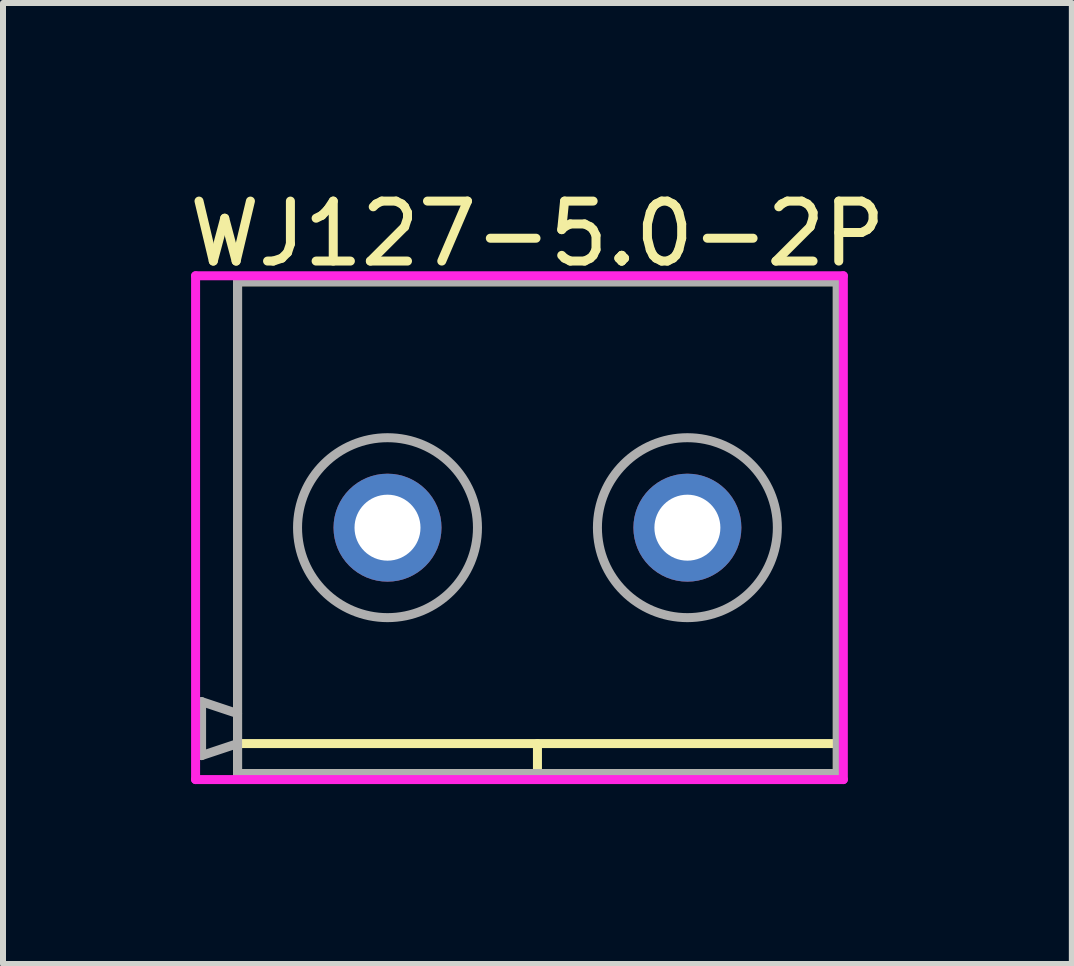
<source format=kicad_pcb>
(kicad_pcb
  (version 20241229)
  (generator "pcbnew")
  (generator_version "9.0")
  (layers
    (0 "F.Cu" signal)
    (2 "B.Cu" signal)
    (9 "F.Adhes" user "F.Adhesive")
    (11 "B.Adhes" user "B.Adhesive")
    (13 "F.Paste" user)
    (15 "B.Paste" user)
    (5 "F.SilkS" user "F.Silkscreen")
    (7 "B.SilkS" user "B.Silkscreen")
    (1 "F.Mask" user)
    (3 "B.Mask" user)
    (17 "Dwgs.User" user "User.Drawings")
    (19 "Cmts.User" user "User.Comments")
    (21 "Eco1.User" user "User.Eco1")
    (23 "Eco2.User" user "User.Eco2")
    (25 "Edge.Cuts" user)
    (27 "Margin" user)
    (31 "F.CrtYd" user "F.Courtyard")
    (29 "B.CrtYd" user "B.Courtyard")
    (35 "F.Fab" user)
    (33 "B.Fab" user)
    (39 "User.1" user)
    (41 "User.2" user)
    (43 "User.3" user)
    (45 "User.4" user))
  (footprint "WJ127-5.0-2P"
    (layer "F.Cu")
    (at 3.411 5.748)
    (property "Reference" "WJ127-5.0-2P" (at 2.5 -4.9 0) (layer "F.SilkS") (effects (font (size 1 1) (thickness 0.15))))
    (attr through_hole)
    (fp_line (start -2.5 -4.1) (end 7.5 -4.1) (stroke (width 0.15) (type solid)) (layer "F.SilkS"))
    (fp_line (start -2.5 3.6) (end 7.5 3.6) (stroke (width 0.15) (type solid)) (layer "F.SilkS"))
    (fp_line (start -2.5 4.1) (end -2.5 -4.1) (stroke (width 0.15) (type solid)) (layer "F.SilkS"))
    (fp_line (start 2.5 4.1) (end 2.5 3.6) (stroke (width 0.15) (type solid)) (layer "F.SilkS"))
    (fp_line (start 7.5 -4.1) (end 7.5 4.1) (stroke (width 0.15) (type solid)) (layer "F.SilkS"))
    (fp_line (start 7.5 4.1) (end -2.5 4.1) (stroke (width 0.15) (type solid)) (layer "F.SilkS"))
    (fp_line (start -3.2 -4.2) (end 7.6 -4.2) (stroke (width 0.15) (type solid)) (layer "F.CrtYd"))
    (fp_line (start -3.2 4.2) (end -3.2 -4.2) (stroke (width 0.15) (type solid)) (layer "F.CrtYd"))
    (fp_line (start -3.2 4.2) (end 7.6 4.2) (stroke (width 0.15) (type solid)) (layer "F.CrtYd"))
    (fp_line (start 7.6 -4.2) (end 7.6 4.2) (stroke (width 0.15) (type solid)) (layer "F.CrtYd"))
    (fp_line (start -3.1 2.9) (end -2.5 3.1) (stroke (width 0.15) (type solid)) (layer "F.Fab"))
    (fp_line (start -3.1 3.8) (end -3.1 2.9) (stroke (width 0.15) (type solid)) (layer "F.Fab"))
    (fp_line (start -2.5 -4.1) (end 7.5 -4.1) (stroke (width 0.15) (type solid)) (layer "F.Fab"))
    (fp_line (start -2.5 3.6) (end -3.1 3.8) (stroke (width 0.15) (type solid)) (layer "F.Fab"))
    (fp_line (start -2.5 4.1) (end -2.5 -4.1) (stroke (width 0.15) (type solid)) (layer "F.Fab"))
    (fp_line (start 7.5 -4.1) (end 7.5 4.1) (stroke (width 0.15) (type solid)) (layer "F.Fab"))
    (fp_line (start 7.5 4.1) (end -2.5 4.1) (stroke (width 0.15) (type solid)) (layer "F.Fab"))
    (fp_circle (center 0 0) (end 1.5 0) (stroke (width 0.15) (type solid)) (fill no) (layer "F.Fab"))
    (fp_circle (center 5 0) (end 3.5 0) (stroke (width 0.15) (type solid)) (fill no) (layer "F.Fab"))
    (pad "1" thru_hole circle (at 0 0) (size 1.8 1.8) (drill 1.1) (layers "*.Cu" "*.Mask"))
    (pad "2" thru_hole circle (at 5 0) (size 1.8 1.8) (drill 1.1) (layers "*.Cu" "*.Mask")))
  (gr_rect
    (start -3 -3)
    (end 14.821 13.023)
    (stroke (width 0.1) (type default))
    (fill no)
    (layer "Edge.Cuts")))
</source>
